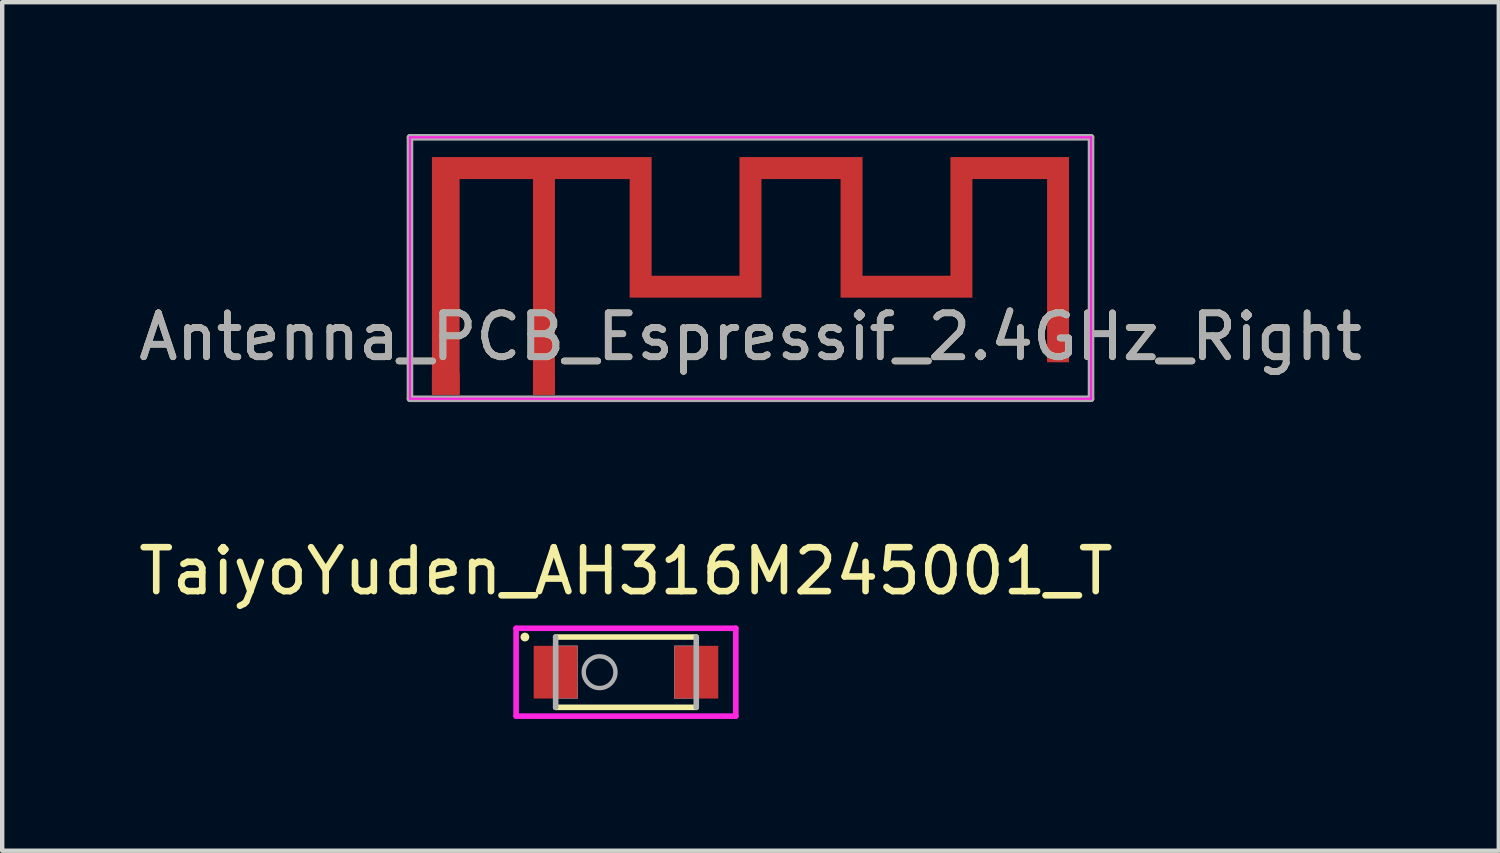
<source format=kicad_pcb>
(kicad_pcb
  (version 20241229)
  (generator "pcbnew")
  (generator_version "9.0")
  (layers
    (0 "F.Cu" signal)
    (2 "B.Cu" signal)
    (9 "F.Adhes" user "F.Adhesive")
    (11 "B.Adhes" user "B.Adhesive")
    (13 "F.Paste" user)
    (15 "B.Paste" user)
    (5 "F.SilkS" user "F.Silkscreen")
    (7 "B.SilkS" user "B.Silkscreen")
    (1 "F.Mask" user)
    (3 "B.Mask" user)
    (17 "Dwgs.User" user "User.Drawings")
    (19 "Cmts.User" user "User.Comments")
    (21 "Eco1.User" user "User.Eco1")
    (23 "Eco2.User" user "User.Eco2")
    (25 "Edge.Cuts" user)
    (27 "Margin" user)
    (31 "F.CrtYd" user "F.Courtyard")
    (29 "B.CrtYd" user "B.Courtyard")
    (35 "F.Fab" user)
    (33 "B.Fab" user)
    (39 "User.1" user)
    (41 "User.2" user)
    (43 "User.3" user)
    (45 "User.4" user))
  (footprint "TaiyoYuden_AH316M245001_T"
    (layer "F.Cu")
    (at 11.196 12.248)
    (property "Reference" "TaiyoYuden_AH316M245001_T" (at 0 -2.3 0) (layer "F.SilkS") (effects (font (size 1 1) (thickness 0.15))))
    (attr smd)
    (fp_line (start -1.6 0.8) (end 1.6 0.8) (stroke (width 0.127) (type solid)) (layer "F.SilkS"))
    (fp_line (start 1.6 -0.8) (end -1.6 -0.8) (stroke (width 0.127) (type solid)) (layer "F.SilkS"))
    (fp_circle (center -2.3 -0.8) (end -2.2 -0.8) (stroke (width 0) (type solid)) (fill yes) (layer "F.SilkS"))
    (fp_line (start -2.5 -1) (end 2.5 -1) (stroke (width 0.127) (type solid)) (layer "F.CrtYd"))
    (fp_line (start -2.5 1) (end -2.5 -1) (stroke (width 0.127) (type solid)) (layer "F.CrtYd"))
    (fp_line (start 2.5 -1) (end 2.5 1) (stroke (width 0.127) (type solid)) (layer "F.CrtYd"))
    (fp_line (start 2.5 1) (end -2.5 1) (stroke (width 0.127) (type solid)) (layer "F.CrtYd"))
    (fp_line (start -1.6 -0.8) (end -1.6 0.8) (stroke (width 0.127) (type solid)) (layer "F.Fab"))
    (fp_line (start 1.6 0.8) (end 1.6 -0.8) (stroke (width 0.127) (type solid)) (layer "F.Fab"))
    (fp_circle (center -0.6 0) (end -0.239 0) (stroke (width 0.1) (type solid)) (fill no) (layer "F.Fab"))
    (fp_poly (pts (xy -1.601 -0.6) (xy -1.1 -0.6) (xy -1.1 0.601) (xy -1.601 0.601)) (stroke (width 0.01) (type solid)) (fill no) (layer "F.Fab"))
    (fp_poly (pts (xy 1.101 -0.6) (xy 1.6 -0.6) (xy 1.6 0.601) (xy 1.101 0.601)) (stroke (width 0.01) (type solid)) (fill no) (layer "F.Fab"))
    (pad "1" smd rect (at -1.6 0) (size 1 1.2) (layers "F.Cu" "F.Mask" "F.Paste"))
    (pad "2" smd rect (at 1.6 0) (size 1 1.2) (layers "F.Cu" "F.Mask" "F.Paste")))
  (footprint "Antenna_PCB_Espressif_2.4GHz_Right"
    (layer "F.Cu")
    (at 14.03 2.825)
    (property "Reference" "Antenna_PCB_Espressif_2.4GHz_Right" (at 0 1.79 0) (layer "F.SilkS") (effects (font (size 1 1) (thickness 0.15))))
    (attr exclude_from_pos_files exclude_from_bom)
    (fp_poly (pts (xy -2.25 0.4) (xy -0.25 0.4) (xy -0.25 -2.3) (xy 2.55 -2.3) (xy 2.55 0.4) (xy 4.55 0.4) (xy 4.55 -2.3) (xy 7.25 -2.3) (xy 7.25 2.37) (xy 6.75 2.37) (xy 6.75 -1.8) (xy 5.05 -1.8) (xy 5.05 0.9) (xy 2.05 0.9) (xy 2.05 -1.8) (xy 0.25 -1.8) (xy 0.25 0.9) (xy -2.75 0.9) (xy -2.75 -1.8) (xy -4.45 -1.8) (xy -4.45 3.11) (xy -4.95 3.11) (xy -4.95 -1.8) (xy -6.62 -1.8) (xy -6.62 3.11) (xy -7.25 3.11) (xy -7.25 2.857) (xy -6.948 2.857) (xy -6.938 2.904) (xy -6.914 2.947) (xy -6.876 2.98) (xy -6.868 2.984) (xy -6.825 2.996) (xy -6.777 2.995) (xy -6.731 2.982) (xy -6.713 2.972) (xy -6.679 2.937) (xy -6.658 2.891) (xy -6.652 2.842) (xy -6.66 2.794) (xy -6.677 2.761) (xy -6.712 2.729) (xy -6.758 2.709) (xy -6.807 2.702) (xy -6.855 2.71) (xy -6.888 2.727) (xy -6.923 2.764) (xy -6.943 2.808) (xy -6.948 2.857) (xy -7.25 2.878) (xy -7.25 -2.3) (xy -2.25 -2.3) (xy -2.25 0.34)) (stroke (width 0) (type solid)) (fill yes) (layer "F.Cu"))
    (fp_line (start -7.75 -2.75) (end 7.75 -2.75) (stroke (width 0.05) (type solid)) (layer "F.CrtYd"))
    (fp_line (start -7.75 3.2) (end -7.75 -2.75) (stroke (width 0.05) (type solid)) (layer "F.CrtYd"))
    (fp_line (start 7.75 -2.75) (end 7.75 3.2) (stroke (width 0.05) (type solid)) (layer "F.CrtYd"))
    (fp_line (start 7.75 3.2) (end -7.75 3.2) (stroke (width 0.05) (type solid)) (layer "F.CrtYd"))
    (fp_line (start -7.75 -2.75) (end 7.75 -2.75) (stroke (width 0.15) (type solid)) (layer "F.Fab"))
    (fp_line (start -7.75 3.2) (end -7.75 -2.75) (stroke (width 0.15) (type solid)) (layer "F.Fab"))
    (fp_line (start 7.75 -2.75) (end 7.75 3.2) (stroke (width 0.15) (type solid)) (layer "F.Fab"))
    (fp_line (start 7.75 3.2) (end -7.75 3.2) (stroke (width 0.15) (type solid)) (layer "F.Fab"))
    (fp_text user "${REFERENCE}" (at 0 1.79 0) (layer "F.Fab") (effects (font (size 1 1) (thickness 0.15))))
    (pad "1" connect rect (at -4.7 2.86) (size 0.5 0.5) (layers "F.Cu"))
    (pad "2" smd rect (at -6.935 2.86) (size 0.63 0.5) (layers "F.Cu" "F.Mask"))
    (zone (net_name "") (layer "F.SilkS") (hatch edge 0.5) (connect_pads) (min_thickness 0.25) (filled_areas_thickness no) (keepout (tracks not_allowed) (vias not_allowed) (pads not_allowed) (copperpour not_allowed) (footprints not_allowed)) (placement (enabled no)) (fill) (polygon (pts (xy 21.71 0.145) (xy 21.71 5.505) (xy 6.35 5.505) (xy 6.35 0.145)))))
  (gr_rect
    (start -3 -3)
    (end 31.06 16.312)
    (stroke (width 0.1) (type default))
    (fill no)
    (layer "Edge.Cuts")))
</source>
